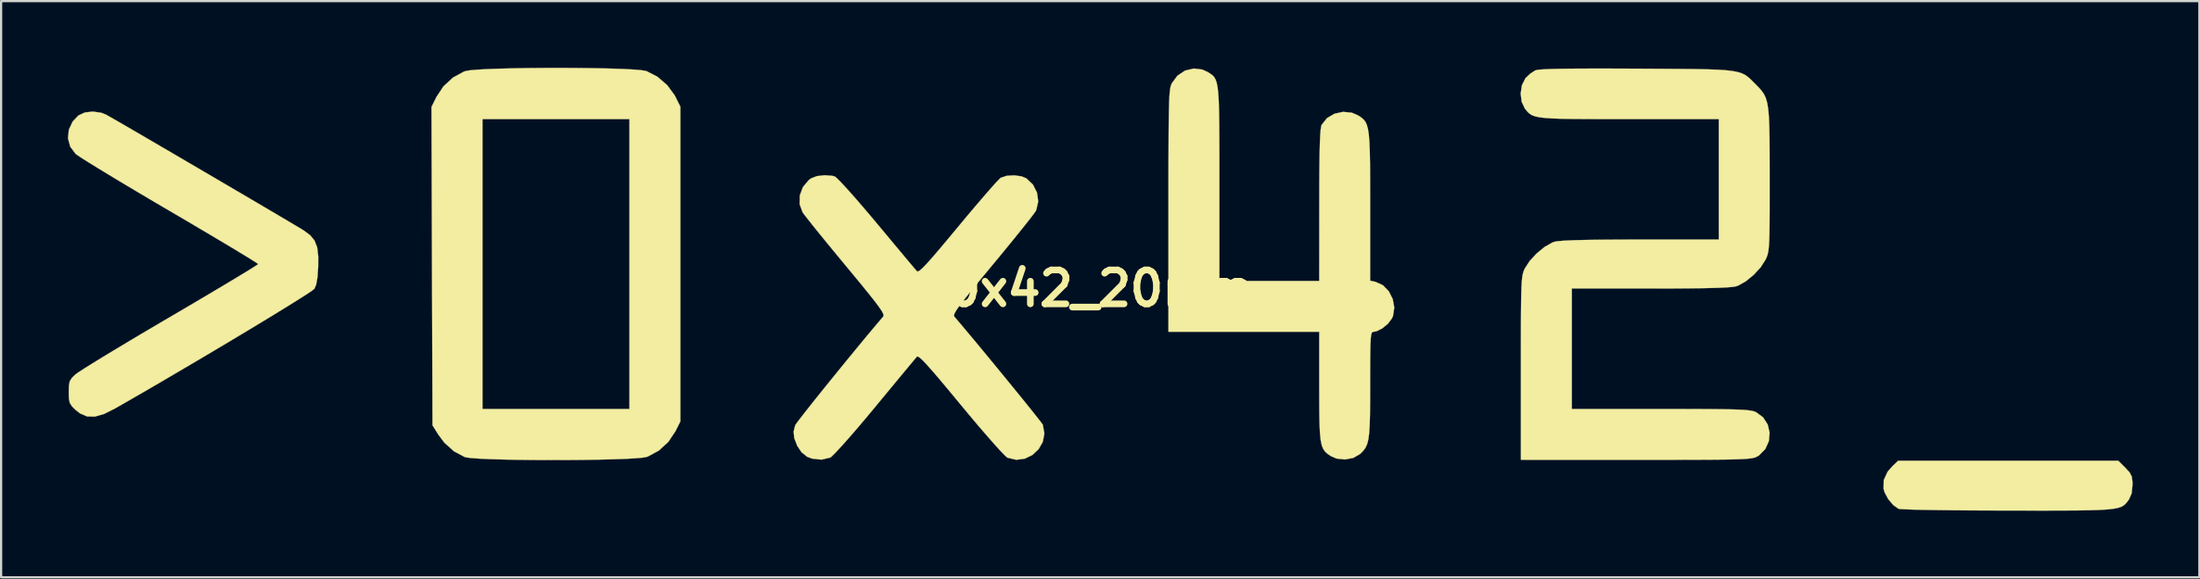
<source format=kicad_pcb>
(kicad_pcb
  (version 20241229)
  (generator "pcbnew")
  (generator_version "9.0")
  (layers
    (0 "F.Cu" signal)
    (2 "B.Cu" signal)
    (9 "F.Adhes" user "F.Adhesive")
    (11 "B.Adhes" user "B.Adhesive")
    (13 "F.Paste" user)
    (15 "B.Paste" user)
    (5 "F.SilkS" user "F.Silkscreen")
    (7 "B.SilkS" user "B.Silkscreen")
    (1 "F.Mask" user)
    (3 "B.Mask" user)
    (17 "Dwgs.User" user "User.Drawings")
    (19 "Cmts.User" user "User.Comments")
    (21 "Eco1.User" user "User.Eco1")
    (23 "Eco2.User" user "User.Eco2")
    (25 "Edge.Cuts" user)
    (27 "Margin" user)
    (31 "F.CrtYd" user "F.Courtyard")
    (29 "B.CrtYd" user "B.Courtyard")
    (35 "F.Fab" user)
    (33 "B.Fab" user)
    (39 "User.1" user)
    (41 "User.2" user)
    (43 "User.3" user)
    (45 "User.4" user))
  (footprint "0x42_20mm"
    (layer "F.Cu")
    (at 46.394 9.926)
    (property "Reference" "0x42_20mm" (at 0 0 0) (layer "F.SilkS") (effects (font (size 1.524 1.524) (thickness 0.3))))
    (attr through_hole)
    (fp_poly (pts (xy 46.036 8.066) (xy 46.228 8.276) (xy 46.322 8.458) (xy 46.353 8.691) (xy 46.355 8.828) (xy 46.317 9.212) (xy 46.195 9.488) (xy 46.186 9.501) (xy 46.11 9.603) (xy 46.036 9.689) (xy 45.951 9.762) (xy 45.839 9.822) (xy 45.689 9.87) (xy 45.486 9.908) (xy 45.218 9.937) (xy 44.87 9.958) (xy 44.429 9.972) (xy 43.881 9.981) (xy 43.214 9.985) (xy 42.413 9.987) (xy 41.465 9.986) (xy 40.754 9.985) (xy 39.87 9.983) (xy 39.034 9.979) (xy 38.261 9.972) (xy 37.568 9.964) (xy 36.969 9.954) (xy 36.482 9.943) (xy 36.123 9.93) (xy 35.906 9.917) (xy 35.849 9.909) (xy 35.612 9.744) (xy 35.386 9.479) (xy 35.221 9.174) (xy 35.173 9.013) (xy 35.18 8.618) (xy 35.353 8.241) (xy 35.572 7.99) (xy 35.825 7.747) (xy 45.717 7.747) (xy 46.036 8.066)) (stroke (width 0.01) (type solid)) (fill yes) (layer "F.SilkS"))
    (fp_poly (pts (xy -23.415 -9.916) (xy -22.707 -9.907) (xy -22.052 -9.893) (xy -21.474 -9.873) (xy -20.995 -9.849) (xy -20.637 -9.819) (xy -20.422 -9.784) (xy -20.402 -9.778) (xy -19.911 -9.525) (xy -19.473 -9.148) (xy -19.139 -8.694) (xy -19.1 -8.62) (xy -18.881 -8.179) (xy -18.881 5.978) (xy -19.1 6.418) (xy -19.422 6.899) (xy -19.85 7.291) (xy -20.34 7.556) (xy -20.387 7.573) (xy -20.574 7.607) (xy -20.906 7.636) (xy -21.364 7.661) (xy -21.923 7.681) (xy -22.563 7.696) (xy -23.262 7.707) (xy -23.996 7.713) (xy -24.745 7.714) (xy -25.485 7.711) (xy -26.196 7.703) (xy -26.854 7.69) (xy -27.438 7.673) (xy -27.926 7.65) (xy -28.296 7.623) (xy -28.525 7.591) (xy -28.564 7.58) (xy -29.048 7.324) (xy -29.485 6.93) (xy -29.76 6.56) (xy -30.014 6.152) (xy -30.037 -1.006) (xy -30.058 -7.62) (xy -27.771 -7.62) (xy -27.771 5.419) (xy -21.167 5.419) (xy -21.167 -7.62) (xy -27.771 -7.62) (xy -30.058 -7.62) (xy -30.06 -8.163) (xy -29.841 -8.609) (xy -29.523 -9.091) (xy -29.097 -9.486) (xy -28.607 -9.754) (xy -28.55 -9.774) (xy -28.357 -9.81) (xy -28.018 -9.841) (xy -27.555 -9.867) (xy -26.989 -9.888) (xy -26.344 -9.903) (xy -25.642 -9.914) (xy -24.905 -9.92) (xy -24.155 -9.921) (xy -23.415 -9.916)) (stroke (width 0.01) (type solid)) (fill yes) (layer "F.SilkS"))
    (fp_poly (pts (xy -44.888 -7.902) (xy -44.686 -7.822) (xy -44.561 -7.752) (xy -44.306 -7.606) (xy -43.937 -7.393) (xy -43.471 -7.122) (xy -42.924 -6.803) (xy -42.312 -6.445) (xy -41.651 -6.059) (xy -40.958 -5.652) (xy -40.248 -5.236) (xy -39.537 -4.819) (xy -38.843 -4.411) (xy -38.18 -4.022) (xy -37.566 -3.66) (xy -37.016 -3.335) (xy -36.547 -3.058) (xy -36.174 -2.836) (xy -35.915 -2.681) (xy -35.801 -2.611) (xy -35.508 -2.394) (xy -35.312 -2.153) (xy -35.196 -1.851) (xy -35.148 -1.454) (xy -35.15 -0.983) (xy -35.183 -0.505) (xy -35.241 -0.177) (xy -35.318 0.008) (xy -35.412 0.085) (xy -35.639 0.239) (xy -35.986 0.461) (xy -36.438 0.744) (xy -36.982 1.08) (xy -37.605 1.46) (xy -38.293 1.876) (xy -39.033 2.32) (xy -39.81 2.784) (xy -40.613 3.26) (xy -41.426 3.739) (xy -42.236 4.215) (xy -43.03 4.677) (xy -43.795 5.118) (xy -44.279 5.396) (xy -44.773 5.643) (xy -45.184 5.761) (xy -45.534 5.753) (xy -45.848 5.618) (xy -46.039 5.468) (xy -46.215 5.294) (xy -46.309 5.144) (xy -46.348 4.953) (xy -46.355 4.657) (xy -46.347 4.359) (xy -46.309 4.169) (xy -46.216 4.022) (xy -46.058 3.867) (xy -45.929 3.774) (xy -45.669 3.604) (xy -45.291 3.368) (xy -44.812 3.073) (xy -44.244 2.729) (xy -43.604 2.345) (xy -42.905 1.929) (xy -42.163 1.492) (xy -41.803 1.281) (xy -41.058 0.843) (xy -40.358 0.43) (xy -39.717 0.049) (xy -39.149 -0.29) (xy -38.667 -0.581) (xy -38.283 -0.815) (xy -38.012 -0.984) (xy -37.867 -1.081) (xy -37.846 -1.1) (xy -37.917 -1.153) (xy -38.121 -1.283) (xy -38.445 -1.483) (xy -38.875 -1.744) (xy -39.398 -2.058) (xy -40.001 -2.417) (xy -40.67 -2.813) (xy -41.392 -3.239) (xy -41.804 -3.48) (xy -42.561 -3.925) (xy -43.281 -4.352) (xy -43.95 -4.751) (xy -44.551 -5.113) (xy -45.073 -5.431) (xy -45.498 -5.694) (xy -45.813 -5.894) (xy -46.003 -6.023) (xy -46.046 -6.056) (xy -46.288 -6.379) (xy -46.389 -6.754) (xy -46.351 -7.144) (xy -46.178 -7.512) (xy -45.922 -7.782) (xy -45.632 -7.917) (xy -45.265 -7.957) (xy -44.888 -7.902)) (stroke (width 0.01) (type solid)) (fill yes) (layer "F.SilkS"))
    (fp_poly (pts (xy 4.567 -9.847) (xy 4.801 -9.74) (xy 4.915 -9.67) (xy 5.012 -9.601) (xy 5.093 -9.52) (xy 5.158 -9.411) (xy 5.211 -9.263) (xy 5.252 -9.059) (xy 5.283 -8.788) (xy 5.305 -8.433) (xy 5.319 -7.982) (xy 5.328 -7.421) (xy 5.332 -6.735) (xy 5.334 -5.911) (xy 5.334 -4.935) (xy 5.334 -4.703) (xy 5.334 -0.339) (xy 9.821 -0.339) (xy 9.823 -3.747) (xy 9.824 -4.666) (xy 9.829 -5.428) (xy 9.837 -6.046) (xy 9.849 -6.53) (xy 9.865 -6.894) (xy 9.885 -7.148) (xy 9.911 -7.307) (xy 9.93 -7.363) (xy 10.169 -7.663) (xy 10.506 -7.861) (xy 10.896 -7.945) (xy 11.291 -7.905) (xy 11.559 -7.788) (xy 11.69 -7.704) (xy 11.798 -7.617) (xy 11.886 -7.512) (xy 11.955 -7.372) (xy 12.008 -7.181) (xy 12.047 -6.924) (xy 12.074 -6.584) (xy 12.092 -6.145) (xy 12.102 -5.591) (xy 12.106 -4.906) (xy 12.107 -4.075) (xy 12.107 -3.698) (xy 12.107 -0.352) (xy 12.349 -0.299) (xy 12.682 -0.146) (xy 12.946 0.126) (xy 13.122 0.475) (xy 13.192 0.858) (xy 13.135 1.233) (xy 13.086 1.344) (xy 12.906 1.583) (xy 12.655 1.791) (xy 12.392 1.922) (xy 12.255 1.947) (xy 12.212 1.957) (xy 12.178 2) (xy 12.152 2.093) (xy 12.133 2.255) (xy 12.121 2.505) (xy 12.113 2.86) (xy 12.109 3.338) (xy 12.107 3.959) (xy 12.107 4.321) (xy 12.106 5.073) (xy 12.1 5.677) (xy 12.086 6.151) (xy 12.062 6.517) (xy 12.025 6.794) (xy 11.971 7.002) (xy 11.898 7.162) (xy 11.803 7.293) (xy 11.683 7.416) (xy 11.655 7.442) (xy 11.351 7.618) (xy 10.977 7.689) (xy 10.599 7.648) (xy 10.355 7.544) (xy 10.209 7.447) (xy 10.093 7.346) (xy 10.003 7.222) (xy 9.935 7.055) (xy 9.887 6.827) (xy 9.854 6.518) (xy 9.835 6.11) (xy 9.825 5.583) (xy 9.822 4.918) (xy 9.821 4.407) (xy 9.821 1.947) (xy 3.048 1.947) (xy 3.048 -3.493) (xy 3.048 -4.593) (xy 3.049 -5.537) (xy 3.052 -6.337) (xy 3.055 -7.006) (xy 3.061 -7.557) (xy 3.068 -8.002) (xy 3.078 -8.355) (xy 3.09 -8.628) (xy 3.106 -8.834) (xy 3.125 -8.987) (xy 3.148 -9.097) (xy 3.175 -9.179) (xy 3.196 -9.227) (xy 3.451 -9.572) (xy 3.789 -9.798) (xy 4.174 -9.893) (xy 4.567 -9.847)) (stroke (width 0.01) (type solid)) (fill yes) (layer "F.SilkS"))
    (fp_poly (pts (xy 22.897 -9.892) (xy 23.946 -9.888) (xy 24.09 -9.887) (xy 25.093 -9.882) (xy 25.942 -9.876) (xy 26.651 -9.869) (xy 27.235 -9.858) (xy 27.71 -9.841) (xy 28.09 -9.816) (xy 28.39 -9.781) (xy 28.625 -9.735) (xy 28.81 -9.676) (xy 28.959 -9.601) (xy 29.088 -9.509) (xy 29.211 -9.397) (xy 29.344 -9.264) (xy 29.405 -9.203) (xy 29.562 -9.044) (xy 29.691 -8.899) (xy 29.795 -8.75) (xy 29.877 -8.579) (xy 29.94 -8.37) (xy 29.985 -8.103) (xy 30.017 -7.762) (xy 30.037 -7.33) (xy 30.048 -6.788) (xy 30.053 -6.118) (xy 30.055 -5.304) (xy 30.055 -4.931) (xy 30.055 -4.103) (xy 30.054 -3.426) (xy 30.05 -2.884) (xy 30.044 -2.457) (xy 30.034 -2.129) (xy 30.018 -1.881) (xy 29.998 -1.697) (xy 29.97 -1.557) (xy 29.935 -1.445) (xy 29.892 -1.342) (xy 29.878 -1.31) (xy 29.657 -0.963) (xy 29.344 -0.621) (xy 28.989 -0.328) (xy 28.64 -0.132) (xy 28.553 -0.101) (xy 28.39 -0.072) (xy 28.105 -0.049) (xy 27.688 -0.03) (xy 27.131 -0.016) (xy 26.428 -0.007) (xy 25.571 -0.001) (xy 24.692 0) (xy 21.167 0) (xy 21.167 5.419) (xy 25.154 5.419) (xy 26.092 5.419) (xy 26.875 5.421) (xy 27.519 5.425) (xy 28.039 5.431) (xy 28.451 5.44) (xy 28.768 5.452) (xy 29.007 5.468) (xy 29.183 5.489) (xy 29.311 5.514) (xy 29.405 5.545) (xy 29.44 5.56) (xy 29.762 5.796) (xy 29.967 6.117) (xy 30.053 6.487) (xy 30.018 6.866) (xy 29.861 7.217) (xy 29.581 7.501) (xy 29.523 7.539) (xy 29.462 7.573) (xy 29.39 7.602) (xy 29.293 7.626) (xy 29.159 7.646) (xy 28.975 7.663) (xy 28.727 7.676) (xy 28.402 7.686) (xy 27.987 7.693) (xy 27.469 7.698) (xy 26.835 7.701) (xy 26.071 7.703) (xy 25.164 7.704) (xy 24.102 7.704) (xy 24.067 7.704) (xy 18.881 7.705) (xy 18.881 3.583) (xy 18.881 2.64) (xy 18.882 1.851) (xy 18.884 1.201) (xy 18.889 0.674) (xy 18.896 0.255) (xy 18.906 -0.07) (xy 18.921 -0.318) (xy 18.939 -0.504) (xy 18.963 -0.643) (xy 18.992 -0.75) (xy 19.027 -0.84) (xy 19.057 -0.903) (xy 19.275 -1.239) (xy 19.585 -1.574) (xy 19.937 -1.864) (xy 20.281 -2.063) (xy 20.385 -2.101) (xy 20.547 -2.129) (xy 20.833 -2.152) (xy 21.25 -2.171) (xy 21.806 -2.185) (xy 22.509 -2.194) (xy 23.367 -2.2) (xy 24.246 -2.201) (xy 27.771 -2.201) (xy 27.771 -7.62) (xy 23.745 -7.62) (xy 22.781 -7.62) (xy 21.971 -7.622) (xy 21.301 -7.626) (xy 20.756 -7.634) (xy 20.321 -7.648) (xy 19.981 -7.67) (xy 19.721 -7.7) (xy 19.526 -7.741) (xy 19.382 -7.793) (xy 19.274 -7.859) (xy 19.186 -7.939) (xy 19.104 -8.036) (xy 19.057 -8.095) (xy 18.913 -8.4) (xy 18.87 -8.773) (xy 18.927 -9.146) (xy 19.082 -9.454) (xy 19.091 -9.465) (xy 19.297 -9.661) (xy 19.518 -9.804) (xy 19.537 -9.813) (xy 19.651 -9.837) (xy 19.873 -9.856) (xy 20.21 -9.871) (xy 20.673 -9.882) (xy 21.269 -9.889) (xy 22.008 -9.892) (xy 22.897 -9.892)) (stroke (width 0.01) (type solid)) (fill yes) (layer "F.SilkS"))
    (fp_poly (pts (xy -12.061 -5.069) (xy -11.947 -5.041) (xy -11.849 -4.963) (xy -11.658 -4.77) (xy -11.389 -4.479) (xy -11.057 -4.106) (xy -10.677 -3.666) (xy -10.262 -3.178) (xy -10.06 -2.935) (xy -9.637 -2.428) (xy -9.246 -1.958) (xy -8.901 -1.545) (xy -8.615 -1.203) (xy -8.403 -0.951) (xy -8.278 -0.804) (xy -8.254 -0.776) (xy -8.206 -0.765) (xy -8.123 -0.811) (xy -7.994 -0.926) (xy -7.808 -1.119) (xy -7.555 -1.403) (xy -7.225 -1.788) (xy -6.808 -2.286) (xy -6.41 -2.765) (xy -5.98 -3.282) (xy -5.577 -3.759) (xy -5.215 -4.181) (xy -4.91 -4.531) (xy -4.675 -4.792) (xy -4.525 -4.947) (xy -4.484 -4.981) (xy -4.219 -5.069) (xy -3.88 -5.089) (xy -3.549 -5.043) (xy -3.336 -4.955) (xy -3.04 -4.672) (xy -2.858 -4.311) (xy -2.804 -3.917) (xy -2.89 -3.537) (xy -2.913 -3.488) (xy -2.995 -3.37) (xy -3.171 -3.138) (xy -3.429 -2.812) (xy -3.755 -2.406) (xy -4.134 -1.939) (xy -4.554 -1.427) (xy -4.857 -1.061) (xy -5.356 -0.458) (xy -5.755 0.028) (xy -6.063 0.412) (xy -6.29 0.706) (xy -6.447 0.923) (xy -6.541 1.077) (xy -6.584 1.179) (xy -6.584 1.244) (xy -6.57 1.267) (xy -6.282 1.607) (xy -5.939 2.016) (xy -5.555 2.476) (xy -5.145 2.972) (xy -4.723 3.485) (xy -4.303 3.997) (xy -3.899 4.492) (xy -3.525 4.952) (xy -3.196 5.36) (xy -2.925 5.699) (xy -2.727 5.951) (xy -2.616 6.098) (xy -2.598 6.127) (xy -2.527 6.521) (xy -2.598 6.895) (xy -2.786 7.225) (xy -3.064 7.486) (xy -3.407 7.653) (xy -3.786 7.703) (xy -4.177 7.611) (xy -4.188 7.606) (xy -4.292 7.519) (xy -4.488 7.316) (xy -4.763 7.013) (xy -5.103 6.626) (xy -5.494 6.172) (xy -5.921 5.664) (xy -6.281 5.231) (xy -6.799 4.605) (xy -7.22 4.101) (xy -7.556 3.709) (xy -7.814 3.419) (xy -8.004 3.22) (xy -8.135 3.103) (xy -8.217 3.056) (xy -8.255 3.065) (xy -8.332 3.155) (xy -8.502 3.359) (xy -8.753 3.662) (xy -9.072 4.046) (xy -9.444 4.497) (xy -9.857 4.996) (xy -10.139 5.338) (xy -10.575 5.862) (xy -10.986 6.347) (xy -11.358 6.775) (xy -11.676 7.131) (xy -11.925 7.399) (xy -12.091 7.562) (xy -12.146 7.603) (xy -12.54 7.696) (xy -12.963 7.65) (xy -13.184 7.567) (xy -13.438 7.363) (xy -13.628 7.076) (xy -13.765 6.724) (xy -13.791 6.431) (xy -13.723 6.156) (xy -13.657 6.056) (xy -13.497 5.844) (xy -13.258 5.537) (xy -12.954 5.151) (xy -12.598 4.706) (xy -12.205 4.218) (xy -11.789 3.705) (xy -11.365 3.184) (xy -10.946 2.674) (xy -10.548 2.191) (xy -10.183 1.754) (xy -9.866 1.379) (xy -9.769 1.266) (xy -9.75 1.216) (xy -9.767 1.136) (xy -9.831 1.013) (xy -9.951 0.834) (xy -10.136 0.586) (xy -10.397 0.256) (xy -10.743 -0.171) (xy -11.184 -0.706) (xy -11.444 -1.02) (xy -11.881 -1.549) (xy -12.289 -2.046) (xy -12.654 -2.494) (xy -12.961 -2.875) (xy -13.196 -3.172) (xy -13.346 -3.368) (xy -13.389 -3.429) (xy -13.522 -3.794) (xy -13.514 -4.186) (xy -13.374 -4.561) (xy -13.115 -4.873) (xy -13.007 -4.954) (xy -12.746 -5.054) (xy -12.403 -5.094) (xy -12.061 -5.069)) (stroke (width 0.01) (type solid)) (fill yes) (layer "F.SilkS")))
  (gr_rect
    (start -3 -3)
    (end 95.754 22.917)
    (stroke (width 0.1) (type default))
    (fill no)
    (layer "Edge.Cuts")))
</source>
